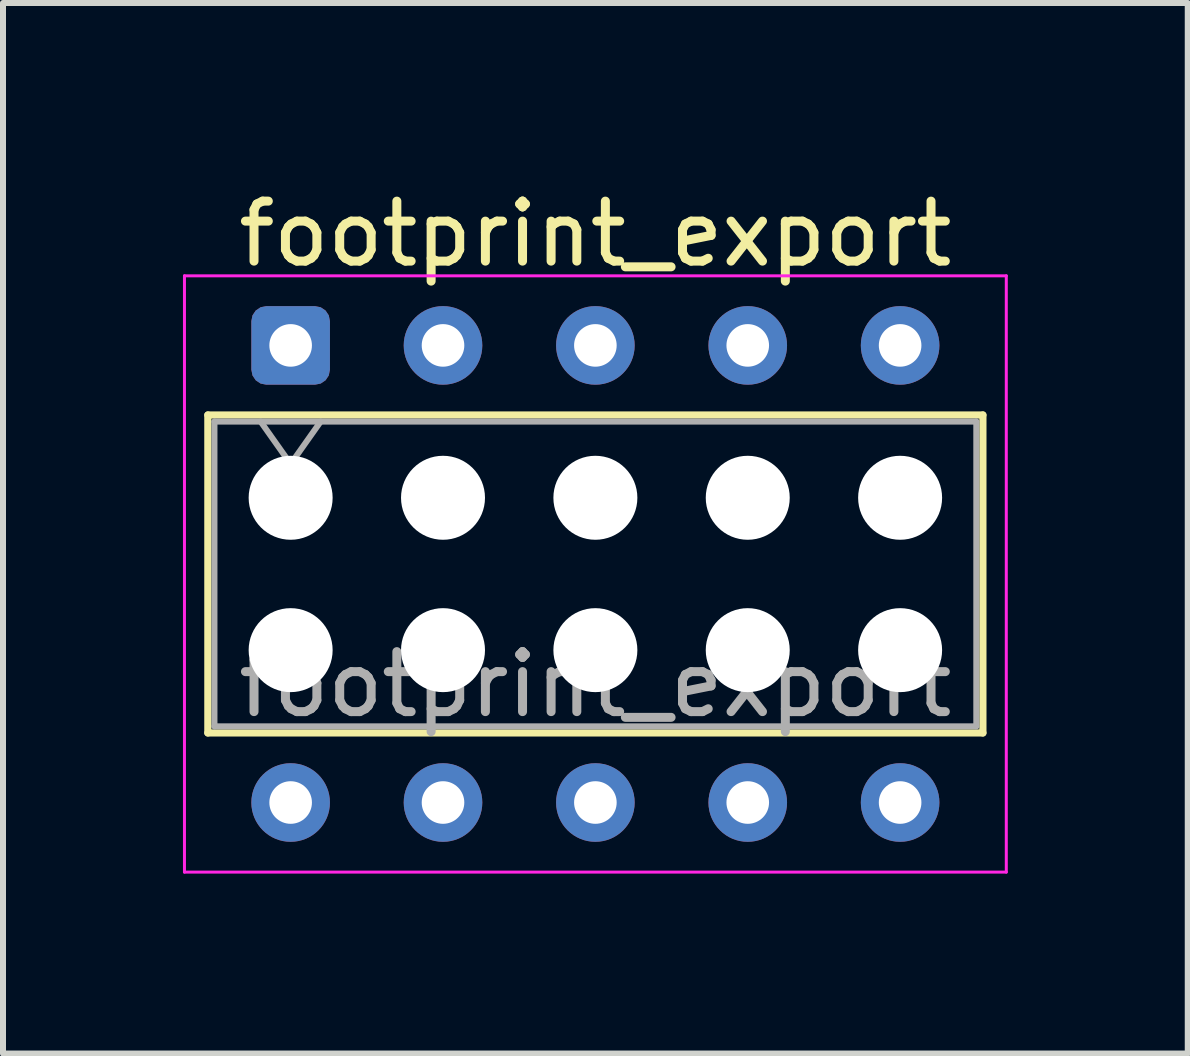
<source format=kicad_pcb>
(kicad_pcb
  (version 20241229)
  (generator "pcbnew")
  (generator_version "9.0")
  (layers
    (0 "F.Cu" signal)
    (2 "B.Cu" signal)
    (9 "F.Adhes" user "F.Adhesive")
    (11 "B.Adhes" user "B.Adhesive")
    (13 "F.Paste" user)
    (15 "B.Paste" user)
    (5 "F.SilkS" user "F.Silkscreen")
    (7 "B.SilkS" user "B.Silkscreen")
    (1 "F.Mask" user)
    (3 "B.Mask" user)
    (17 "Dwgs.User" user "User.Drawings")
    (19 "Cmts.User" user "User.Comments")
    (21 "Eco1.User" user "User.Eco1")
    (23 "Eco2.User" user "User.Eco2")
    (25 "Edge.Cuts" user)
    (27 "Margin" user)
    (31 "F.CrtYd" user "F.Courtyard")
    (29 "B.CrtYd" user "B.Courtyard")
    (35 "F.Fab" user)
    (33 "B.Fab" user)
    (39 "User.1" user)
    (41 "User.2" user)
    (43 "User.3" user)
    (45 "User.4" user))
  (footprint "footprint_export"
    (layer "F.Cu")
    (at 1.795 2.708)
    (property "Reference" "footprint_export" (at 5.08 -1.86 0) (layer "F.SilkS") (effects (font (size 1 1) (thickness 0.15))))
    (attr through_hole)
    (fp_line (start -1.38 1.16) (end 11.54 1.16) (stroke (width 0.12) (type solid)) (layer "F.SilkS"))
    (fp_line (start -1.38 6.46) (end -1.38 1.16) (stroke (width 0.12) (type solid)) (layer "F.SilkS"))
    (fp_line (start 11.54 1.16) (end 11.54 6.46) (stroke (width 0.12) (type solid)) (layer "F.SilkS"))
    (fp_line (start 11.54 6.46) (end -1.38 6.46) (stroke (width 0.12) (type solid)) (layer "F.SilkS"))
    (fp_line (start -1.77 -1.16) (end 11.93 -1.16) (stroke (width 0.05) (type solid)) (layer "F.CrtYd"))
    (fp_line (start -1.77 8.78) (end -1.77 -1.16) (stroke (width 0.05) (type solid)) (layer "F.CrtYd"))
    (fp_line (start 11.93 -1.16) (end 11.93 8.78) (stroke (width 0.05) (type solid)) (layer "F.CrtYd"))
    (fp_line (start 11.93 8.78) (end -1.77 8.78) (stroke (width 0.05) (type solid)) (layer "F.CrtYd"))
    (fp_line (start -1.27 1.27) (end 11.43 1.27) (stroke (width 0.1) (type solid)) (layer "F.Fab"))
    (fp_line (start -1.27 6.35) (end -1.27 1.27) (stroke (width 0.1) (type solid)) (layer "F.Fab"))
    (fp_line (start -0.5 1.27) (end 0 1.977) (stroke (width 0.1) (type solid)) (layer "F.Fab"))
    (fp_line (start 0 1.977) (end 0.5 1.27) (stroke (width 0.1) (type solid)) (layer "F.Fab"))
    (fp_line (start 11.43 1.27) (end 11.43 6.35) (stroke (width 0.1) (type solid)) (layer "F.Fab"))
    (fp_line (start 11.43 6.35) (end -1.27 6.35) (stroke (width 0.1) (type solid)) (layer "F.Fab"))
    (fp_text user "${REFERENCE}" (at 5.08 5.65 0) (layer "F.Fab") (effects (font (size 1 1) (thickness 0.15))))
    (pad "" np_thru_hole circle (at 0 2.54) (size 1.4 1.4) (drill 1.4) (layers "*.Cu" "*.Mask"))
    (pad "" np_thru_hole circle (at 0 5.08) (size 1.4 1.4) (drill 1.4) (layers "*.Cu" "*.Mask"))
    (pad "" np_thru_hole circle (at 2.54 2.54) (size 1.4 1.4) (drill 1.4) (layers "*.Cu" "*.Mask"))
    (pad "" np_thru_hole circle (at 2.54 5.08) (size 1.4 1.4) (drill 1.4) (layers "*.Cu" "*.Mask"))
    (pad "" np_thru_hole circle (at 5.08 2.54) (size 1.4 1.4) (drill 1.4) (layers "*.Cu" "*.Mask"))
    (pad "" np_thru_hole circle (at 5.08 5.08) (size 1.4 1.4) (drill 1.4) (layers "*.Cu" "*.Mask"))
    (pad "" np_thru_hole circle (at 7.62 2.54) (size 1.4 1.4) (drill 1.4) (layers "*.Cu" "*.Mask"))
    (pad "" np_thru_hole circle (at 7.62 5.08) (size 1.4 1.4) (drill 1.4) (layers "*.Cu" "*.Mask"))
    (pad "" np_thru_hole circle (at 10.16 2.54) (size 1.4 1.4) (drill 1.4) (layers "*.Cu" "*.Mask"))
    (pad "" np_thru_hole circle (at 10.16 5.08) (size 1.4 1.4) (drill 1.4) (layers "*.Cu" "*.Mask"))
    (pad "1" thru_hole roundrect (at 0 0) (size 1.31 1.31) (drill 0.71) (layers "*.Cu" "*.Mask") (roundrect_rratio 0.191))
    (pad "2" thru_hole circle (at 0 7.62) (size 1.31 1.31) (drill 0.71) (layers "*.Cu" "*.Mask"))
    (pad "3" thru_hole circle (at 2.54 0) (size 1.31 1.31) (drill 0.71) (layers "*.Cu" "*.Mask"))
    (pad "4" thru_hole circle (at 2.54 7.62) (size 1.31 1.31) (drill 0.71) (layers "*.Cu" "*.Mask"))
    (pad "5" thru_hole circle (at 5.08 0) (size 1.31 1.31) (drill 0.71) (layers "*.Cu" "*.Mask"))
    (pad "6" thru_hole circle (at 5.08 7.62) (size 1.31 1.31) (drill 0.71) (layers "*.Cu" "*.Mask"))
    (pad "7" thru_hole circle (at 7.62 0) (size 1.31 1.31) (drill 0.71) (layers "*.Cu" "*.Mask"))
    (pad "8" thru_hole circle (at 7.62 7.62) (size 1.31 1.31) (drill 0.71) (layers "*.Cu" "*.Mask"))
    (pad "9" thru_hole circle (at 10.16 0) (size 1.31 1.31) (drill 0.71) (layers "*.Cu" "*.Mask"))
    (pad "10" thru_hole circle (at 10.16 7.62) (size 1.31 1.31) (drill 0.71) (layers "*.Cu" "*.Mask")))
  (gr_rect
    (start -3 -3)
    (end 16.75 14.513)
    (stroke (width 0.1) (type default))
    (fill no)
    (layer "Edge.Cuts")))
</source>
